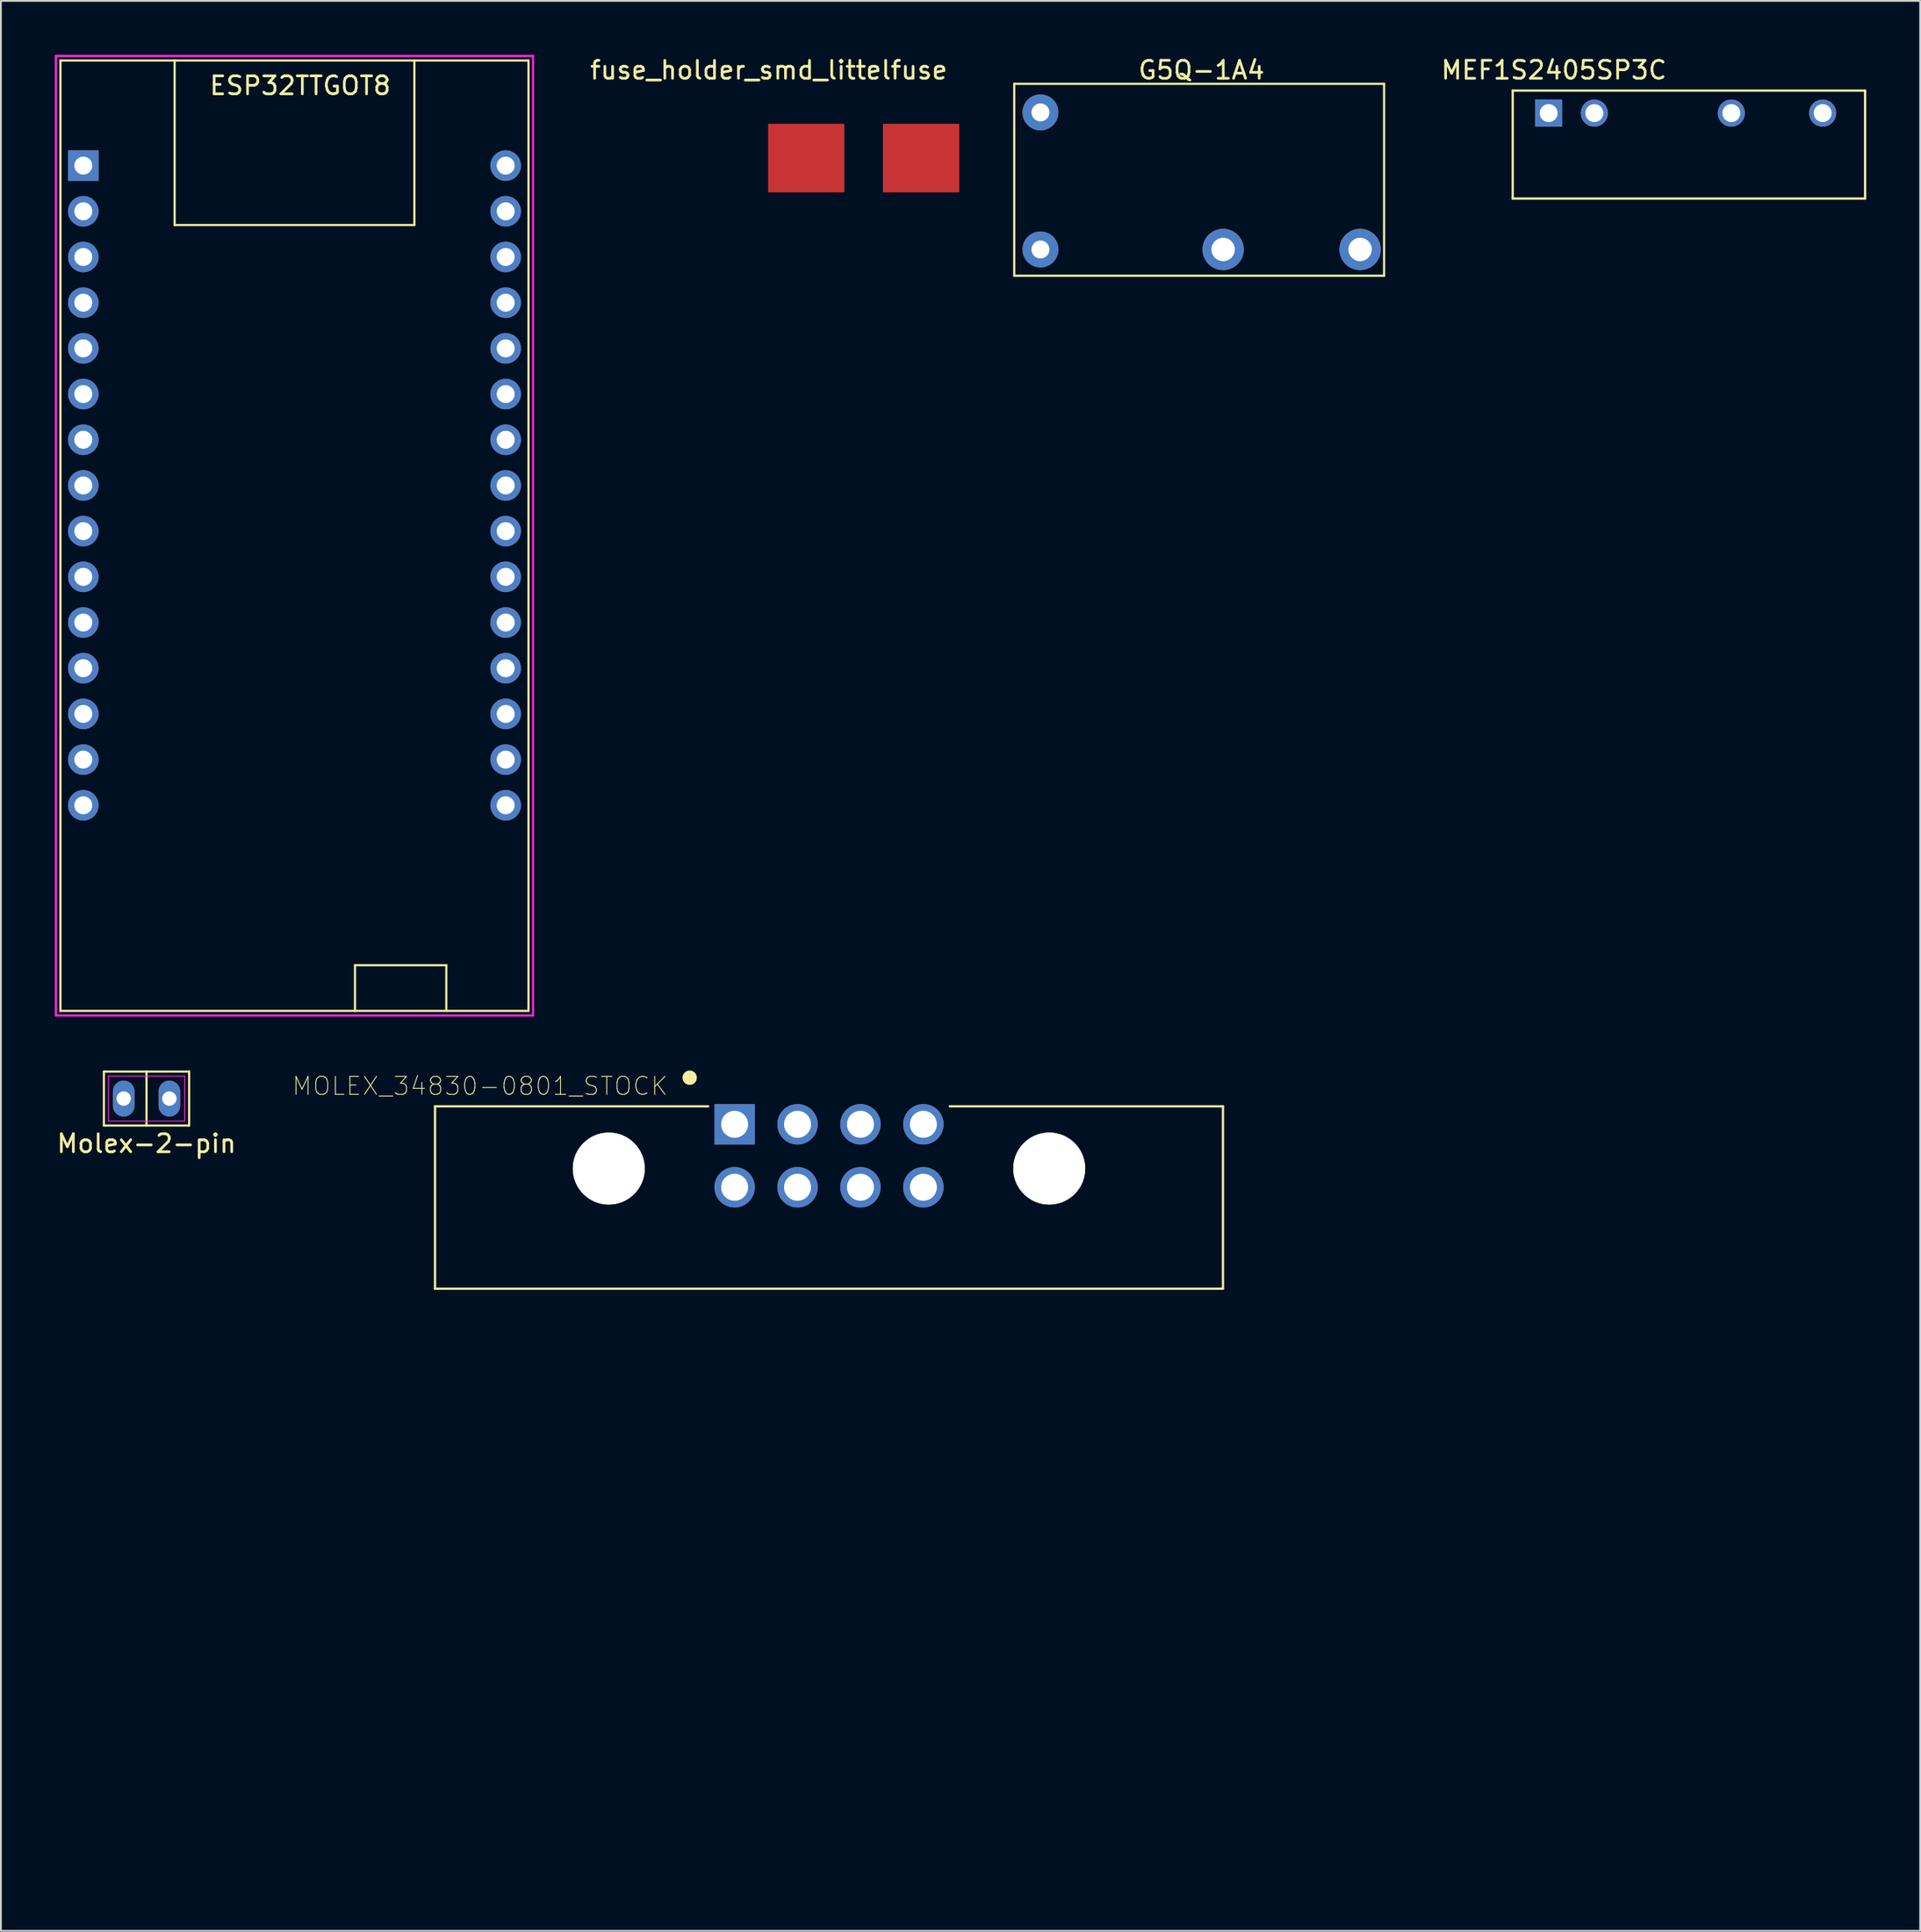
<source format=kicad_pcb>
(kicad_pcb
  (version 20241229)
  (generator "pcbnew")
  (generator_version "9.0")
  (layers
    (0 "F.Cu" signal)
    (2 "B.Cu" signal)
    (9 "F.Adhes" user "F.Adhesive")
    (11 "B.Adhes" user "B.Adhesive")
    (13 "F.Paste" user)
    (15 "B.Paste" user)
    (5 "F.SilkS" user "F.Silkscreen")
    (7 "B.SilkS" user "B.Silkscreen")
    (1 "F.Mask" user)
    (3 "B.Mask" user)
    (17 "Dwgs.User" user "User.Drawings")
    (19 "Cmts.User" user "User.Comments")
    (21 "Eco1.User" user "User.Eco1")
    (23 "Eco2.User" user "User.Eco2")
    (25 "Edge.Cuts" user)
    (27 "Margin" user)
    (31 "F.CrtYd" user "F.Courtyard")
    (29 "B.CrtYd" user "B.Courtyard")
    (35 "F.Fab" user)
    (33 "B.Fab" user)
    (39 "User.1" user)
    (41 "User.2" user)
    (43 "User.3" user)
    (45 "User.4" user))
  (footprint "MOLEX_34830-0801_STOCK"
    (layer "F.Cu")
    (at 43.064 61.91)
    (property "Reference" "MOLEX_34830-0801_STOCK" (at -19.41 -4.585 0) (layer "F.SilkS") (effects (font (size 1 1) (thickness 0.05))))
    (attr through_hole)
    (fp_line (start -21.915 -3.46) (end -21.915 6.68) (stroke (width 0.127) (type solid)) (layer "F.SilkS"))
    (fp_line (start -21.915 -3.46) (end -6.72 -3.46) (stroke (width 0.127) (type solid)) (layer "F.SilkS"))
    (fp_line (start -21.915 6.68) (end 21.915 6.68) (stroke (width 0.127) (type solid)) (layer "F.SilkS"))
    (fp_line (start 6.72 -3.46) (end 21.915 -3.46) (stroke (width 0.127) (type solid)) (layer "F.SilkS"))
    (fp_line (start 21.915 6.68) (end 21.915 -3.46) (stroke (width 0.127) (type solid)) (layer "F.SilkS"))
    (fp_circle (center -7.75 -5.05) (end -7.55 -5.05) (stroke (width 0.4) (type solid)) (fill no) (layer "F.SilkS"))
    (fp_line (start -22.165 -3.86) (end 22.165 -3.86) (stroke (width 0.05) (type solid)) (layer "Eco1.User"))
    (fp_line (start -22.165 39.35) (end -22.165 -3.86) (stroke (width 0.05) (type solid)) (layer "Eco1.User"))
    (fp_line (start 22.165 -3.86) (end 22.165 39.35) (stroke (width 0.05) (type solid)) (layer "Eco1.User"))
    (fp_line (start 22.165 39.35) (end -22.165 39.35) (stroke (width 0.05) (type solid)) (layer "Eco1.User"))
    (fp_line (start -21.915 -3.46) (end -21.915 6.68) (stroke (width 0.127) (type solid)) (layer "Eco2.User"))
    (fp_line (start -21.915 6.68) (end -21.915 39.1) (stroke (width 0.127) (type solid)) (layer "Eco2.User"))
    (fp_line (start -21.915 6.68) (end 21.915 6.68) (stroke (width 0.127) (type solid)) (layer "Eco2.User"))
    (fp_line (start -21.915 39.1) (end 21.915 39.1) (stroke (width 0.127) (type solid)) (layer "Eco2.User"))
    (fp_line (start 21.915 -3.46) (end -21.915 -3.46) (stroke (width 0.127) (type solid)) (layer "Eco2.User"))
    (fp_line (start 21.915 6.68) (end 21.915 -3.46) (stroke (width 0.127) (type solid)) (layer "Eco2.User"))
    (fp_line (start 21.915 39.1) (end 21.915 6.68) (stroke (width 0.127) (type solid)) (layer "Eco2.User"))
    (fp_circle (center -7.75 -5.05) (end -7.55 -5.05) (stroke (width 0.4) (type solid)) (fill no) (layer "Eco2.User"))
    (fp_text user "PCB~{EDGE}" (at 15.4 6.3 0) (layer "Edge.Cuts") (effects (font (size 1 1) (thickness 0.05))))
    (pad "" np_thru_hole circle (at -12.25 0) (size 4 4) (drill 4) (layers "*.Cu" "*.Mask" "F.SilkS"))
    (pad "" np_thru_hole circle (at 12.25 0) (size 4 4) (drill 4) (layers "*.Cu" "*.Mask" "F.SilkS"))
    (pad "1" thru_hole rect (at -5.25 -2.46) (size 2.25 2.25) (drill 1.5) (layers "*.Cu" "*.Mask"))
    (pad "2" thru_hole circle (at -1.75 -2.46) (size 2.25 2.25) (drill 1.5) (layers "*.Cu" "*.Mask"))
    (pad "3" thru_hole circle (at 1.75 -2.46) (size 2.25 2.25) (drill 1.5) (layers "*.Cu" "*.Mask"))
    (pad "4" thru_hole circle (at 5.25 -2.46) (size 2.25 2.25) (drill 1.5) (layers "*.Cu" "*.Mask"))
    (pad "5" thru_hole circle (at -5.25 1.04) (size 2.25 2.25) (drill 1.5) (layers "*.Cu" "*.Mask"))
    (pad "6" thru_hole circle (at -1.75 1.04) (size 2.25 2.25) (drill 1.5) (layers "*.Cu" "*.Mask"))
    (pad "7" thru_hole circle (at 1.75 1.04) (size 2.25 2.25) (drill 1.5) (layers "*.Cu" "*.Mask"))
    (pad "8" thru_hole circle (at 5.25 1.04) (size 2.25 2.25) (drill 1.5) (layers "*.Cu" "*.Mask")))
  (footprint "G5Q-1A4"
    (layer "F.Cu")
    (at 53.621 12.024)
    (property "Reference" "G5Q-1A4" (at 10.16 -11.176 0) (layer "F.SilkS") (effects (font (size 1 1) (thickness 0.15))))
    (attr through_hole)
    (fp_line (start -0.254 0.254) (end -0.254 -10.414) (stroke (width 0.12) (type solid)) (layer "F.SilkS"))
    (fp_line (start -0.254 0.254) (end 20.32 0.254) (stroke (width 0.12) (type solid)) (layer "F.SilkS"))
    (fp_line (start 20.32 -10.414) (end -0.254 -10.414) (stroke (width 0.12) (type solid)) (layer "F.SilkS"))
    (fp_line (start 20.32 0.254) (end 20.32 -10.414) (stroke (width 0.12) (type solid)) (layer "F.SilkS"))
    (pad "1" thru_hole circle (at 1.206 -1.206) (size 2 2) (drill 1) (layers "*.Cu" "*.Mask"))
    (pad "2" thru_hole circle (at 1.206 -8.826) (size 2 2) (drill 1) (layers "*.Cu" "*.Mask"))
    (pad "3" thru_hole circle (at 11.367 -1.206) (size 2.3 2.3) (drill 1.3) (layers "*.Cu" "*.Mask"))
    (pad "4" thru_hole circle (at 18.986 -1.206) (size 2.3 2.3) (drill 1.3) (layers "*.Cu" "*.Mask")))
  (footprint "MEF1S2405SP3C"
    (layer "F.Cu")
    (at 83.097 3.237)
    (property "Reference" "MEF1S2405SP3C" (at 0.29 -2.389 0) (layer "F.SilkS") (effects (font (size 1 1) (thickness 0.15))))
    (attr through_hole)
    (fp_line (start -2 -1.25) (end 17.6 -1.25) (stroke (width 0.127) (type solid)) (layer "F.SilkS"))
    (fp_line (start -2 4.75) (end -2 -1.25) (stroke (width 0.127) (type solid)) (layer "F.SilkS"))
    (fp_line (start 17.6 -1.25) (end 17.6 4.75) (stroke (width 0.127) (type solid)) (layer "F.SilkS"))
    (fp_line (start 17.6 4.75) (end -2 4.75) (stroke (width 0.127) (type solid)) (layer "F.SilkS"))
    (fp_line (start -2 -1.25) (end 17.6 -1.25) (stroke (width 0.127) (type solid)) (layer "Eco2.User"))
    (fp_line (start -2 4.75) (end -2 -1.25) (stroke (width 0.127) (type solid)) (layer "Eco2.User"))
    (fp_line (start 17.6 -1.25) (end 17.6 4.75) (stroke (width 0.127) (type solid)) (layer "Eco2.User"))
    (fp_line (start 17.6 4.75) (end -2 4.75) (stroke (width 0.127) (type solid)) (layer "Eco2.User"))
    (fp_circle (center 0 0) (end 0.1 0) (stroke (width 0.3) (type solid)) (fill no) (layer "Eco2.User"))
    (pad "1" thru_hole rect (at 0 0) (size 1.508 1.508) (drill 1) (layers "*.Cu" "*.Mask"))
    (pad "2" thru_hole circle (at 2.54 0) (size 1.508 1.508) (drill 1) (layers "*.Cu" "*.Mask"))
    (pad "5" thru_hole circle (at 10.16 0) (size 1.508 1.508) (drill 1) (layers "*.Cu" "*.Mask"))
    (pad "7" thru_hole circle (at 15.24 0) (size 1.508 1.508) (drill 1) (layers "*.Cu" "*.Mask")))
  (footprint "Molex-2-pin"
    (layer "F.Cu")
    (at 5.101 58.02)
    (property "Reference" "Molex-2-pin" (at 0 2.5 0) (layer "F.SilkS") (effects (font (size 1 1) (thickness 0.15))))
    (attr through_hole)
    (fp_line (start -2.37 -1.5) (end 2.37 -1.5) (stroke (width 0.12) (type solid)) (layer "F.SilkS"))
    (fp_line (start -2.37 1.5) (end -2.37 -1.5) (stroke (width 0.12) (type solid)) (layer "F.SilkS"))
    (fp_line (start 0 -1.5) (end 0 1.5) (stroke (width 0.12) (type solid)) (layer "F.SilkS"))
    (fp_line (start 2.37 -1.5) (end 2.37 1.5) (stroke (width 0.12) (type solid)) (layer "F.SilkS"))
    (fp_line (start 2.37 1.5) (end -2.37 1.5) (stroke (width 0.12) (type solid)) (layer "F.SilkS"))
    (fp_line (start -2.12 -1.25) (end 2.12 -1.25) (stroke (width 0.05) (type solid)) (layer "F.CrtYd"))
    (fp_line (start -2.12 1.25) (end -2.12 -1.25) (stroke (width 0.05) (type solid)) (layer "F.CrtYd"))
    (fp_line (start 2.12 -1.25) (end 2.12 1.25) (stroke (width 0.05) (type solid)) (layer "F.CrtYd"))
    (fp_line (start 2.12 1.25) (end -2.12 1.25) (stroke (width 0.05) (type solid)) (layer "F.CrtYd"))
    (pad "1" thru_hole oval (at -1.27 0) (size 1.2 2) (drill 0.8) (layers "*.Cu" "*.Mask"))
    (pad "2" thru_hole oval (at 1.27 0) (size 1.2 2) (drill 0.8) (layers "*.Cu" "*.Mask")))
  (footprint "fuse_holder_smd_littelfuse"
    (layer "F.Cu")
    (at 45.027 6.158)
    (property "Reference" "fuse_holder_smd_littelfuse" (at -5.31 -5.31 0) (layer "F.SilkS") (effects (font (size 1 1) (thickness 0.15))))
    (attr through_hole)
    (pad "1" smd rect (at -3.23 -0.42) (size 4.24 3.81) (layers "F.Cu" "F.Mask" "F.Paste"))
    (pad "2" smd rect (at 3.16 -0.42) (size 4.24 3.81) (layers "F.Cu" "F.Mask" "F.Paste")))
  (footprint "ESP32TTGOT8"
    (layer "F.Cu")
    (at 1.584 6.156)
    (property "Reference" "ESP32TTGOT8" (at 12.065 -4.445 0) (layer "F.SilkS") (effects (font (size 1 1) (thickness 0.15))))
    (attr through_hole)
    (fp_line (start -1.27 -5.842) (end -1.27 46.99) (stroke (width 0.12) (type solid)) (layer "F.SilkS"))
    (fp_line (start -1.27 46.99) (end 24.765 46.99) (stroke (width 0.12) (type solid)) (layer "F.SilkS"))
    (fp_line (start 5.08 -5.842) (end 5.08 3.302) (stroke (width 0.12) (type solid)) (layer "F.SilkS"))
    (fp_line (start 5.08 3.302) (end 18.415 3.302) (stroke (width 0.12) (type solid)) (layer "F.SilkS"))
    (fp_line (start 15.113 44.45) (end 20.193 44.45) (stroke (width 0.12) (type solid)) (layer "F.SilkS"))
    (fp_line (start 15.113 46.99) (end 15.113 44.45) (stroke (width 0.12) (type solid)) (layer "F.SilkS"))
    (fp_line (start 18.415 3.302) (end 18.415 -5.842) (stroke (width 0.12) (type solid)) (layer "F.SilkS"))
    (fp_line (start 20.193 44.45) (end 20.193 46.99) (stroke (width 0.12) (type solid)) (layer "F.SilkS"))
    (fp_line (start 24.765 -5.842) (end -1.27 -5.842) (stroke (width 0.12) (type solid)) (layer "F.SilkS"))
    (fp_line (start 24.765 46.99) (end 24.765 -5.842) (stroke (width 0.12) (type solid)) (layer "F.SilkS"))
    (fp_line (start -1.524 -6.096) (end -1.524 47.244) (stroke (width 0.12) (type solid)) (layer "F.CrtYd"))
    (fp_line (start -1.524 -6.096) (end 25.019 -6.096) (stroke (width 0.12) (type solid)) (layer "F.CrtYd"))
    (fp_line (start 25.019 -6.096) (end 25.019 47.244) (stroke (width 0.12) (type solid)) (layer "F.CrtYd"))
    (fp_line (start 25.019 47.244) (end -1.524 47.244) (stroke (width 0.12) (type solid)) (layer "F.CrtYd"))
    (pad "1" thru_hole rect (at 0 0) (size 1.7 1.7) (drill 1) (layers "*.Cu" "*.Mask"))
    (pad "2" thru_hole oval (at 0 2.54) (size 1.7 1.7) (drill 1) (layers "*.Cu" "*.Mask"))
    (pad "3" thru_hole oval (at 0 5.08) (size 1.7 1.7) (drill 1) (layers "*.Cu" "*.Mask"))
    (pad "4" thru_hole oval (at 0 7.62) (size 1.7 1.7) (drill 1) (layers "*.Cu" "*.Mask"))
    (pad "5" thru_hole oval (at 0 10.16) (size 1.7 1.7) (drill 1) (layers "*.Cu" "*.Mask"))
    (pad "6" thru_hole oval (at 0 12.7) (size 1.7 1.7) (drill 1) (layers "*.Cu" "*.Mask"))
    (pad "7" thru_hole oval (at 0 15.24) (size 1.7 1.7) (drill 1) (layers "*.Cu" "*.Mask"))
    (pad "8" thru_hole oval (at 0 17.78) (size 1.7 1.7) (drill 1) (layers "*.Cu" "*.Mask"))
    (pad "9" thru_hole oval (at 0 20.32) (size 1.7 1.7) (drill 1) (layers "*.Cu" "*.Mask"))
    (pad "10" thru_hole oval (at 0 22.86) (size 1.7 1.7) (drill 1) (layers "*.Cu" "*.Mask"))
    (pad "11" thru_hole oval (at 0 25.4) (size 1.7 1.7) (drill 1) (layers "*.Cu" "*.Mask"))
    (pad "12" thru_hole oval (at 0 27.94) (size 1.7 1.7) (drill 1) (layers "*.Cu" "*.Mask"))
    (pad "13" thru_hole oval (at 0 30.48) (size 1.7 1.7) (drill 1) (layers "*.Cu" "*.Mask"))
    (pad "14" thru_hole oval (at 0 33.02) (size 1.7 1.7) (drill 1) (layers "*.Cu" "*.Mask"))
    (pad "15" thru_hole oval (at 0 35.56) (size 1.7 1.7) (drill 1) (layers "*.Cu" "*.Mask"))
    (pad "16" thru_hole oval (at 23.495 35.56 180) (size 1.7 1.7) (drill 1) (layers "*.Cu" "*.Mask"))
    (pad "17" thru_hole oval (at 23.495 33.02 180) (size 1.7 1.7) (drill 1) (layers "*.Cu" "*.Mask"))
    (pad "18" thru_hole oval (at 23.495 30.48 180) (size 1.7 1.7) (drill 1) (layers "*.Cu" "*.Mask"))
    (pad "19" thru_hole oval (at 23.495 27.94 180) (size 1.7 1.7) (drill 1) (layers "*.Cu" "*.Mask"))
    (pad "20" thru_hole oval (at 23.495 25.4 180) (size 1.7 1.7) (drill 1) (layers "*.Cu" "*.Mask"))
    (pad "21" thru_hole oval (at 23.495 22.86 180) (size 1.7 1.7) (drill 1) (layers "*.Cu" "*.Mask"))
    (pad "22" thru_hole oval (at 23.495 20.32 180) (size 1.7 1.7) (drill 1) (layers "*.Cu" "*.Mask"))
    (pad "23" thru_hole oval (at 23.495 17.78 180) (size 1.7 1.7) (drill 1) (layers "*.Cu" "*.Mask"))
    (pad "24" thru_hole oval (at 23.495 15.24 180) (size 1.7 1.7) (drill 1) (layers "*.Cu" "*.Mask"))
    (pad "25" thru_hole oval (at 23.495 12.7 180) (size 1.7 1.7) (drill 1) (layers "*.Cu" "*.Mask"))
    (pad "26" thru_hole oval (at 23.495 10.16 180) (size 1.7 1.7) (drill 1) (layers "*.Cu" "*.Mask"))
    (pad "27" thru_hole oval (at 23.495 7.62 180) (size 1.7 1.7) (drill 1) (layers "*.Cu" "*.Mask"))
    (pad "28" thru_hole oval (at 23.495 5.08 180) (size 1.7 1.7) (drill 1) (layers "*.Cu" "*.Mask"))
    (pad "29" thru_hole oval (at 23.495 2.54 180) (size 1.7 1.7) (drill 1) (layers "*.Cu" "*.Mask"))
    (pad "30" thru_hole oval (at 23.495 0 180) (size 1.7 1.7) (drill 1) (layers "*.Cu" "*.Mask")))
  (gr_rect
    (start -3 -3)
    (end 103.76 104.285)
    (stroke (width 0.1) (type default))
    (fill no)
    (layer "Edge.Cuts")))
</source>
